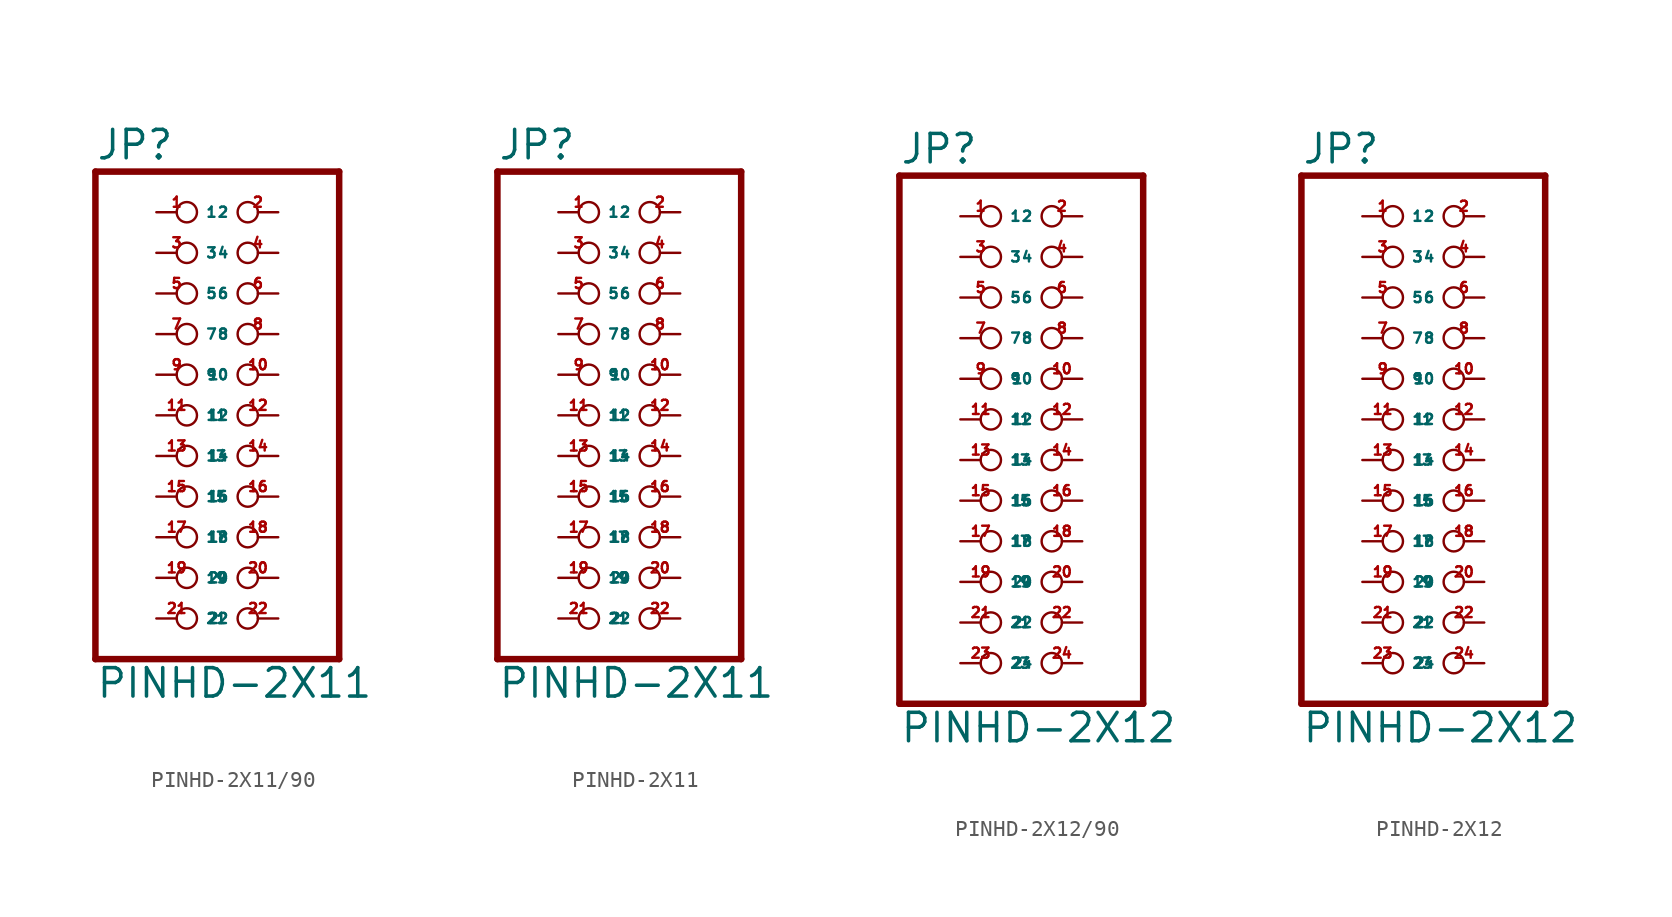
<source format=kicad_sym>
(kicad_symbol_lib
  (version 20220914)
  (generator Eagle2Kicad)
  (symbol "PINHD-2X11/90"
    (property "Reference" "JP"
      (at -6.35 15.875 0)
      (effects (font (size 1.778 1.778) (thickness 0.22)) (justify left bottom)))
    (property "Value" "PINHD-2X11"
      (at -6.35 -17.78 0)
      (effects (font (size 1.778 1.778) (thickness 0.22)) (justify left bottom)))
    (polyline
      (pts (xy -6.35 -15.24) (xy 8.89 -15.24))
      (stroke (width 0.406) (type default))
      (fill (type none)))
    (polyline
      (pts (xy 8.89 -15.24) (xy 8.89 15.24))
      (stroke (width 0.406) (type default))
      (fill (type none)))
    (polyline
      (pts (xy 8.89 15.24) (xy -6.35 15.24))
      (stroke (width 0.406) (type default))
      (fill (type none)))
    (polyline
      (pts (xy -6.35 15.24) (xy -6.35 -15.24))
      (stroke (width 0.406) (type default))
      (fill (type none)))
    (pin passive inverted
      (at -2.54 12.7 0)
      (length 2.54)
      (name "1" (effects (font (size 0.635 0.635) (thickness 0.08)) (justify left bottom)))
      (number "1" (effects (font (size 0.635 0.635) (thickness 0.08)) (justify left bottom))))
    (pin passive inverted
      (at 5.08 12.7 180)
      (length 2.54)
      (name "2" (effects (font (size 0.635 0.635) (thickness 0.08)) (justify left bottom)))
      (number "2" (effects (font (size 0.635 0.635) (thickness 0.08)) (justify left bottom))))
    (pin passive inverted
      (at -2.54 10.16 0)
      (length 2.54)
      (name "3" (effects (font (size 0.635 0.635) (thickness 0.08)) (justify left bottom)))
      (number "3" (effects (font (size 0.635 0.635) (thickness 0.08)) (justify left bottom))))
    (pin passive inverted
      (at 5.08 10.16 180)
      (length 2.54)
      (name "4" (effects (font (size 0.635 0.635) (thickness 0.08)) (justify left bottom)))
      (number "4" (effects (font (size 0.635 0.635) (thickness 0.08)) (justify left bottom))))
    (pin passive inverted
      (at -2.54 7.62 0)
      (length 2.54)
      (name "5" (effects (font (size 0.635 0.635) (thickness 0.08)) (justify left bottom)))
      (number "5" (effects (font (size 0.635 0.635) (thickness 0.08)) (justify left bottom))))
    (pin passive inverted
      (at 5.08 7.62 180)
      (length 2.54)
      (name "6" (effects (font (size 0.635 0.635) (thickness 0.08)) (justify left bottom)))
      (number "6" (effects (font (size 0.635 0.635) (thickness 0.08)) (justify left bottom))))
    (pin passive inverted
      (at -2.54 5.08 0)
      (length 2.54)
      (name "7" (effects (font (size 0.635 0.635) (thickness 0.08)) (justify left bottom)))
      (number "7" (effects (font (size 0.635 0.635) (thickness 0.08)) (justify left bottom))))
    (pin passive inverted
      (at 5.08 5.08 180)
      (length 2.54)
      (name "8" (effects (font (size 0.635 0.635) (thickness 0.08)) (justify left bottom)))
      (number "8" (effects (font (size 0.635 0.635) (thickness 0.08)) (justify left bottom))))
    (pin passive inverted
      (at -2.54 2.54 0)
      (length 2.54)
      (name "9" (effects (font (size 0.635 0.635) (thickness 0.08)) (justify left bottom)))
      (number "9" (effects (font (size 0.635 0.635) (thickness 0.08)) (justify left bottom))))
    (pin passive inverted
      (at 5.08 2.54 180)
      (length 2.54)
      (name "10" (effects (font (size 0.635 0.635) (thickness 0.08)) (justify left bottom)))
      (number "10" (effects (font (size 0.635 0.635) (thickness 0.08)) (justify left bottom))))
    (pin passive inverted
      (at -2.54 0 0)
      (length 2.54)
      (name "11" (effects (font (size 0.635 0.635) (thickness 0.08)) (justify left bottom)))
      (number "11" (effects (font (size 0.635 0.635) (thickness 0.08)) (justify left bottom))))
    (pin passive inverted
      (at 5.08 0 180)
      (length 2.54)
      (name "12" (effects (font (size 0.635 0.635) (thickness 0.08)) (justify left bottom)))
      (number "12" (effects (font (size 0.635 0.635) (thickness 0.08)) (justify left bottom))))
    (pin passive inverted
      (at -2.54 -2.54 0)
      (length 2.54)
      (name "13" (effects (font (size 0.635 0.635) (thickness 0.08)) (justify left bottom)))
      (number "13" (effects (font (size 0.635 0.635) (thickness 0.08)) (justify left bottom))))
    (pin passive inverted
      (at 5.08 -2.54 180)
      (length 2.54)
      (name "14" (effects (font (size 0.635 0.635) (thickness 0.08)) (justify left bottom)))
      (number "14" (effects (font (size 0.635 0.635) (thickness 0.08)) (justify left bottom))))
    (pin passive inverted
      (at -2.54 -5.08 0)
      (length 2.54)
      (name "15" (effects (font (size 0.635 0.635) (thickness 0.08)) (justify left bottom)))
      (number "15" (effects (font (size 0.635 0.635) (thickness 0.08)) (justify left bottom))))
    (pin passive inverted
      (at 5.08 -5.08 180)
      (length 2.54)
      (name "16" (effects (font (size 0.635 0.635) (thickness 0.08)) (justify left bottom)))
      (number "16" (effects (font (size 0.635 0.635) (thickness 0.08)) (justify left bottom))))
    (pin passive inverted
      (at -2.54 -7.62 0)
      (length 2.54)
      (name "17" (effects (font (size 0.635 0.635) (thickness 0.08)) (justify left bottom)))
      (number "17" (effects (font (size 0.635 0.635) (thickness 0.08)) (justify left bottom))))
    (pin passive inverted
      (at 5.08 -7.62 180)
      (length 2.54)
      (name "18" (effects (font (size 0.635 0.635) (thickness 0.08)) (justify left bottom)))
      (number "18" (effects (font (size 0.635 0.635) (thickness 0.08)) (justify left bottom))))
    (pin passive inverted
      (at -2.54 -10.16 0)
      (length 2.54)
      (name "19" (effects (font (size 0.635 0.635) (thickness 0.08)) (justify left bottom)))
      (number "19" (effects (font (size 0.635 0.635) (thickness 0.08)) (justify left bottom))))
    (pin passive inverted
      (at 5.08 -10.16 180)
      (length 2.54)
      (name "20" (effects (font (size 0.635 0.635) (thickness 0.08)) (justify left bottom)))
      (number "20" (effects (font (size 0.635 0.635) (thickness 0.08)) (justify left bottom))))
    (pin passive inverted
      (at -2.54 -12.7 0)
      (length 2.54)
      (name "21" (effects (font (size 0.635 0.635) (thickness 0.08)) (justify left bottom)))
      (number "21" (effects (font (size 0.635 0.635) (thickness 0.08)) (justify left bottom))))
    (pin passive inverted
      (at 5.08 -12.7 180)
      (length 2.54)
      (name "22" (effects (font (size 0.635 0.635) (thickness 0.08)) (justify left bottom)))
      (number "22" (effects (font (size 0.635 0.635) (thickness 0.08)) (justify left bottom)))))
  (symbol "PINHD-2X11"
    (property "Reference" "JP"
      (at -6.35 15.875 0)
      (effects (font (size 1.778 1.778) (thickness 0.22)) (justify left bottom)))
    (property "Value" "PINHD-2X11"
      (at -6.35 -17.78 0)
      (effects (font (size 1.778 1.778) (thickness 0.22)) (justify left bottom)))
    (polyline
      (pts (xy -6.35 -15.24) (xy 8.89 -15.24))
      (stroke (width 0.406) (type default))
      (fill (type none)))
    (polyline
      (pts (xy 8.89 -15.24) (xy 8.89 15.24))
      (stroke (width 0.406) (type default))
      (fill (type none)))
    (polyline
      (pts (xy 8.89 15.24) (xy -6.35 15.24))
      (stroke (width 0.406) (type default))
      (fill (type none)))
    (polyline
      (pts (xy -6.35 15.24) (xy -6.35 -15.24))
      (stroke (width 0.406) (type default))
      (fill (type none)))
    (pin passive inverted
      (at -2.54 12.7 0)
      (length 2.54)
      (name "1" (effects (font (size 0.635 0.635) (thickness 0.08)) (justify left bottom)))
      (number "1" (effects (font (size 0.635 0.635) (thickness 0.08)) (justify left bottom))))
    (pin passive inverted
      (at 5.08 12.7 180)
      (length 2.54)
      (name "2" (effects (font (size 0.635 0.635) (thickness 0.08)) (justify left bottom)))
      (number "2" (effects (font (size 0.635 0.635) (thickness 0.08)) (justify left bottom))))
    (pin passive inverted
      (at -2.54 10.16 0)
      (length 2.54)
      (name "3" (effects (font (size 0.635 0.635) (thickness 0.08)) (justify left bottom)))
      (number "3" (effects (font (size 0.635 0.635) (thickness 0.08)) (justify left bottom))))
    (pin passive inverted
      (at 5.08 10.16 180)
      (length 2.54)
      (name "4" (effects (font (size 0.635 0.635) (thickness 0.08)) (justify left bottom)))
      (number "4" (effects (font (size 0.635 0.635) (thickness 0.08)) (justify left bottom))))
    (pin passive inverted
      (at -2.54 7.62 0)
      (length 2.54)
      (name "5" (effects (font (size 0.635 0.635) (thickness 0.08)) (justify left bottom)))
      (number "5" (effects (font (size 0.635 0.635) (thickness 0.08)) (justify left bottom))))
    (pin passive inverted
      (at 5.08 7.62 180)
      (length 2.54)
      (name "6" (effects (font (size 0.635 0.635) (thickness 0.08)) (justify left bottom)))
      (number "6" (effects (font (size 0.635 0.635) (thickness 0.08)) (justify left bottom))))
    (pin passive inverted
      (at -2.54 5.08 0)
      (length 2.54)
      (name "7" (effects (font (size 0.635 0.635) (thickness 0.08)) (justify left bottom)))
      (number "7" (effects (font (size 0.635 0.635) (thickness 0.08)) (justify left bottom))))
    (pin passive inverted
      (at 5.08 5.08 180)
      (length 2.54)
      (name "8" (effects (font (size 0.635 0.635) (thickness 0.08)) (justify left bottom)))
      (number "8" (effects (font (size 0.635 0.635) (thickness 0.08)) (justify left bottom))))
    (pin passive inverted
      (at -2.54 2.54 0)
      (length 2.54)
      (name "9" (effects (font (size 0.635 0.635) (thickness 0.08)) (justify left bottom)))
      (number "9" (effects (font (size 0.635 0.635) (thickness 0.08)) (justify left bottom))))
    (pin passive inverted
      (at 5.08 2.54 180)
      (length 2.54)
      (name "10" (effects (font (size 0.635 0.635) (thickness 0.08)) (justify left bottom)))
      (number "10" (effects (font (size 0.635 0.635) (thickness 0.08)) (justify left bottom))))
    (pin passive inverted
      (at -2.54 0 0)
      (length 2.54)
      (name "11" (effects (font (size 0.635 0.635) (thickness 0.08)) (justify left bottom)))
      (number "11" (effects (font (size 0.635 0.635) (thickness 0.08)) (justify left bottom))))
    (pin passive inverted
      (at 5.08 0 180)
      (length 2.54)
      (name "12" (effects (font (size 0.635 0.635) (thickness 0.08)) (justify left bottom)))
      (number "12" (effects (font (size 0.635 0.635) (thickness 0.08)) (justify left bottom))))
    (pin passive inverted
      (at -2.54 -2.54 0)
      (length 2.54)
      (name "13" (effects (font (size 0.635 0.635) (thickness 0.08)) (justify left bottom)))
      (number "13" (effects (font (size 0.635 0.635) (thickness 0.08)) (justify left bottom))))
    (pin passive inverted
      (at 5.08 -2.54 180)
      (length 2.54)
      (name "14" (effects (font (size 0.635 0.635) (thickness 0.08)) (justify left bottom)))
      (number "14" (effects (font (size 0.635 0.635) (thickness 0.08)) (justify left bottom))))
    (pin passive inverted
      (at -2.54 -5.08 0)
      (length 2.54)
      (name "15" (effects (font (size 0.635 0.635) (thickness 0.08)) (justify left bottom)))
      (number "15" (effects (font (size 0.635 0.635) (thickness 0.08)) (justify left bottom))))
    (pin passive inverted
      (at 5.08 -5.08 180)
      (length 2.54)
      (name "16" (effects (font (size 0.635 0.635) (thickness 0.08)) (justify left bottom)))
      (number "16" (effects (font (size 0.635 0.635) (thickness 0.08)) (justify left bottom))))
    (pin passive inverted
      (at -2.54 -7.62 0)
      (length 2.54)
      (name "17" (effects (font (size 0.635 0.635) (thickness 0.08)) (justify left bottom)))
      (number "17" (effects (font (size 0.635 0.635) (thickness 0.08)) (justify left bottom))))
    (pin passive inverted
      (at 5.08 -7.62 180)
      (length 2.54)
      (name "18" (effects (font (size 0.635 0.635) (thickness 0.08)) (justify left bottom)))
      (number "18" (effects (font (size 0.635 0.635) (thickness 0.08)) (justify left bottom))))
    (pin passive inverted
      (at -2.54 -10.16 0)
      (length 2.54)
      (name "19" (effects (font (size 0.635 0.635) (thickness 0.08)) (justify left bottom)))
      (number "19" (effects (font (size 0.635 0.635) (thickness 0.08)) (justify left bottom))))
    (pin passive inverted
      (at 5.08 -10.16 180)
      (length 2.54)
      (name "20" (effects (font (size 0.635 0.635) (thickness 0.08)) (justify left bottom)))
      (number "20" (effects (font (size 0.635 0.635) (thickness 0.08)) (justify left bottom))))
    (pin passive inverted
      (at -2.54 -12.7 0)
      (length 2.54)
      (name "21" (effects (font (size 0.635 0.635) (thickness 0.08)) (justify left bottom)))
      (number "21" (effects (font (size 0.635 0.635) (thickness 0.08)) (justify left bottom))))
    (pin passive inverted
      (at 5.08 -12.7 180)
      (length 2.54)
      (name "22" (effects (font (size 0.635 0.635) (thickness 0.08)) (justify left bottom)))
      (number "22" (effects (font (size 0.635 0.635) (thickness 0.08)) (justify left bottom)))))
  (symbol "PINHD-2X12/90"
    (property "Reference" "JP"
      (at -6.35 15.875 0)
      (effects (font (size 1.778 1.778) (thickness 0.22)) (justify left bottom)))
    (property "Value" "PINHD-2X12"
      (at -6.35 -20.32 0)
      (effects (font (size 1.778 1.778) (thickness 0.22)) (justify left bottom)))
    (polyline
      (pts (xy -6.35 -17.78) (xy 8.89 -17.78))
      (stroke (width 0.406) (type default))
      (fill (type none)))
    (polyline
      (pts (xy 8.89 -17.78) (xy 8.89 15.24))
      (stroke (width 0.406) (type default))
      (fill (type none)))
    (polyline
      (pts (xy 8.89 15.24) (xy -6.35 15.24))
      (stroke (width 0.406) (type default))
      (fill (type none)))
    (polyline
      (pts (xy -6.35 15.24) (xy -6.35 -17.78))
      (stroke (width 0.406) (type default))
      (fill (type none)))
    (pin passive inverted
      (at -2.54 12.7 0)
      (length 2.54)
      (name "1" (effects (font (size 0.635 0.635) (thickness 0.08)) (justify left bottom)))
      (number "1" (effects (font (size 0.635 0.635) (thickness 0.08)) (justify left bottom))))
    (pin passive inverted
      (at 5.08 12.7 180)
      (length 2.54)
      (name "2" (effects (font (size 0.635 0.635) (thickness 0.08)) (justify left bottom)))
      (number "2" (effects (font (size 0.635 0.635) (thickness 0.08)) (justify left bottom))))
    (pin passive inverted
      (at -2.54 10.16 0)
      (length 2.54)
      (name "3" (effects (font (size 0.635 0.635) (thickness 0.08)) (justify left bottom)))
      (number "3" (effects (font (size 0.635 0.635) (thickness 0.08)) (justify left bottom))))
    (pin passive inverted
      (at 5.08 10.16 180)
      (length 2.54)
      (name "4" (effects (font (size 0.635 0.635) (thickness 0.08)) (justify left bottom)))
      (number "4" (effects (font (size 0.635 0.635) (thickness 0.08)) (justify left bottom))))
    (pin passive inverted
      (at -2.54 7.62 0)
      (length 2.54)
      (name "5" (effects (font (size 0.635 0.635) (thickness 0.08)) (justify left bottom)))
      (number "5" (effects (font (size 0.635 0.635) (thickness 0.08)) (justify left bottom))))
    (pin passive inverted
      (at 5.08 7.62 180)
      (length 2.54)
      (name "6" (effects (font (size 0.635 0.635) (thickness 0.08)) (justify left bottom)))
      (number "6" (effects (font (size 0.635 0.635) (thickness 0.08)) (justify left bottom))))
    (pin passive inverted
      (at -2.54 5.08 0)
      (length 2.54)
      (name "7" (effects (font (size 0.635 0.635) (thickness 0.08)) (justify left bottom)))
      (number "7" (effects (font (size 0.635 0.635) (thickness 0.08)) (justify left bottom))))
    (pin passive inverted
      (at 5.08 5.08 180)
      (length 2.54)
      (name "8" (effects (font (size 0.635 0.635) (thickness 0.08)) (justify left bottom)))
      (number "8" (effects (font (size 0.635 0.635) (thickness 0.08)) (justify left bottom))))
    (pin passive inverted
      (at -2.54 2.54 0)
      (length 2.54)
      (name "9" (effects (font (size 0.635 0.635) (thickness 0.08)) (justify left bottom)))
      (number "9" (effects (font (size 0.635 0.635) (thickness 0.08)) (justify left bottom))))
    (pin passive inverted
      (at 5.08 2.54 180)
      (length 2.54)
      (name "10" (effects (font (size 0.635 0.635) (thickness 0.08)) (justify left bottom)))
      (number "10" (effects (font (size 0.635 0.635) (thickness 0.08)) (justify left bottom))))
    (pin passive inverted
      (at -2.54 0 0)
      (length 2.54)
      (name "11" (effects (font (size 0.635 0.635) (thickness 0.08)) (justify left bottom)))
      (number "11" (effects (font (size 0.635 0.635) (thickness 0.08)) (justify left bottom))))
    (pin passive inverted
      (at 5.08 0 180)
      (length 2.54)
      (name "12" (effects (font (size 0.635 0.635) (thickness 0.08)) (justify left bottom)))
      (number "12" (effects (font (size 0.635 0.635) (thickness 0.08)) (justify left bottom))))
    (pin passive inverted
      (at -2.54 -2.54 0)
      (length 2.54)
      (name "13" (effects (font (size 0.635 0.635) (thickness 0.08)) (justify left bottom)))
      (number "13" (effects (font (size 0.635 0.635) (thickness 0.08)) (justify left bottom))))
    (pin passive inverted
      (at 5.08 -2.54 180)
      (length 2.54)
      (name "14" (effects (font (size 0.635 0.635) (thickness 0.08)) (justify left bottom)))
      (number "14" (effects (font (size 0.635 0.635) (thickness 0.08)) (justify left bottom))))
    (pin passive inverted
      (at -2.54 -5.08 0)
      (length 2.54)
      (name "15" (effects (font (size 0.635 0.635) (thickness 0.08)) (justify left bottom)))
      (number "15" (effects (font (size 0.635 0.635) (thickness 0.08)) (justify left bottom))))
    (pin passive inverted
      (at 5.08 -5.08 180)
      (length 2.54)
      (name "16" (effects (font (size 0.635 0.635) (thickness 0.08)) (justify left bottom)))
      (number "16" (effects (font (size 0.635 0.635) (thickness 0.08)) (justify left bottom))))
    (pin passive inverted
      (at -2.54 -7.62 0)
      (length 2.54)
      (name "17" (effects (font (size 0.635 0.635) (thickness 0.08)) (justify left bottom)))
      (number "17" (effects (font (size 0.635 0.635) (thickness 0.08)) (justify left bottom))))
    (pin passive inverted
      (at 5.08 -7.62 180)
      (length 2.54)
      (name "18" (effects (font (size 0.635 0.635) (thickness 0.08)) (justify left bottom)))
      (number "18" (effects (font (size 0.635 0.635) (thickness 0.08)) (justify left bottom))))
    (pin passive inverted
      (at -2.54 -10.16 0)
      (length 2.54)
      (name "19" (effects (font (size 0.635 0.635) (thickness 0.08)) (justify left bottom)))
      (number "19" (effects (font (size 0.635 0.635) (thickness 0.08)) (justify left bottom))))
    (pin passive inverted
      (at 5.08 -10.16 180)
      (length 2.54)
      (name "20" (effects (font (size 0.635 0.635) (thickness 0.08)) (justify left bottom)))
      (number "20" (effects (font (size 0.635 0.635) (thickness 0.08)) (justify left bottom))))
    (pin passive inverted
      (at -2.54 -12.7 0)
      (length 2.54)
      (name "21" (effects (font (size 0.635 0.635) (thickness 0.08)) (justify left bottom)))
      (number "21" (effects (font (size 0.635 0.635) (thickness 0.08)) (justify left bottom))))
    (pin passive inverted
      (at 5.08 -12.7 180)
      (length 2.54)
      (name "22" (effects (font (size 0.635 0.635) (thickness 0.08)) (justify left bottom)))
      (number "22" (effects (font (size 0.635 0.635) (thickness 0.08)) (justify left bottom))))
    (pin passive inverted
      (at -2.54 -15.24 0)
      (length 2.54)
      (name "23" (effects (font (size 0.635 0.635) (thickness 0.08)) (justify left bottom)))
      (number "23" (effects (font (size 0.635 0.635) (thickness 0.08)) (justify left bottom))))
    (pin passive inverted
      (at 5.08 -15.24 180)
      (length 2.54)
      (name "24" (effects (font (size 0.635 0.635) (thickness 0.08)) (justify left bottom)))
      (number "24" (effects (font (size 0.635 0.635) (thickness 0.08)) (justify left bottom)))))
  (symbol "PINHD-2X12"
    (property "Reference" "JP"
      (at -6.35 15.875 0)
      (effects (font (size 1.778 1.778) (thickness 0.22)) (justify left bottom)))
    (property "Value" "PINHD-2X12"
      (at -6.35 -20.32 0)
      (effects (font (size 1.778 1.778) (thickness 0.22)) (justify left bottom)))
    (polyline
      (pts (xy -6.35 -17.78) (xy 8.89 -17.78))
      (stroke (width 0.406) (type default))
      (fill (type none)))
    (polyline
      (pts (xy 8.89 -17.78) (xy 8.89 15.24))
      (stroke (width 0.406) (type default))
      (fill (type none)))
    (polyline
      (pts (xy 8.89 15.24) (xy -6.35 15.24))
      (stroke (width 0.406) (type default))
      (fill (type none)))
    (polyline
      (pts (xy -6.35 15.24) (xy -6.35 -17.78))
      (stroke (width 0.406) (type default))
      (fill (type none)))
    (pin passive inverted
      (at -2.54 12.7 0)
      (length 2.54)
      (name "1" (effects (font (size 0.635 0.635) (thickness 0.08)) (justify left bottom)))
      (number "1" (effects (font (size 0.635 0.635) (thickness 0.08)) (justify left bottom))))
    (pin passive inverted
      (at 5.08 12.7 180)
      (length 2.54)
      (name "2" (effects (font (size 0.635 0.635) (thickness 0.08)) (justify left bottom)))
      (number "2" (effects (font (size 0.635 0.635) (thickness 0.08)) (justify left bottom))))
    (pin passive inverted
      (at -2.54 10.16 0)
      (length 2.54)
      (name "3" (effects (font (size 0.635 0.635) (thickness 0.08)) (justify left bottom)))
      (number "3" (effects (font (size 0.635 0.635) (thickness 0.08)) (justify left bottom))))
    (pin passive inverted
      (at 5.08 10.16 180)
      (length 2.54)
      (name "4" (effects (font (size 0.635 0.635) (thickness 0.08)) (justify left bottom)))
      (number "4" (effects (font (size 0.635 0.635) (thickness 0.08)) (justify left bottom))))
    (pin passive inverted
      (at -2.54 7.62 0)
      (length 2.54)
      (name "5" (effects (font (size 0.635 0.635) (thickness 0.08)) (justify left bottom)))
      (number "5" (effects (font (size 0.635 0.635) (thickness 0.08)) (justify left bottom))))
    (pin passive inverted
      (at 5.08 7.62 180)
      (length 2.54)
      (name "6" (effects (font (size 0.635 0.635) (thickness 0.08)) (justify left bottom)))
      (number "6" (effects (font (size 0.635 0.635) (thickness 0.08)) (justify left bottom))))
    (pin passive inverted
      (at -2.54 5.08 0)
      (length 2.54)
      (name "7" (effects (font (size 0.635 0.635) (thickness 0.08)) (justify left bottom)))
      (number "7" (effects (font (size 0.635 0.635) (thickness 0.08)) (justify left bottom))))
    (pin passive inverted
      (at 5.08 5.08 180)
      (length 2.54)
      (name "8" (effects (font (size 0.635 0.635) (thickness 0.08)) (justify left bottom)))
      (number "8" (effects (font (size 0.635 0.635) (thickness 0.08)) (justify left bottom))))
    (pin passive inverted
      (at -2.54 2.54 0)
      (length 2.54)
      (name "9" (effects (font (size 0.635 0.635) (thickness 0.08)) (justify left bottom)))
      (number "9" (effects (font (size 0.635 0.635) (thickness 0.08)) (justify left bottom))))
    (pin passive inverted
      (at 5.08 2.54 180)
      (length 2.54)
      (name "10" (effects (font (size 0.635 0.635) (thickness 0.08)) (justify left bottom)))
      (number "10" (effects (font (size 0.635 0.635) (thickness 0.08)) (justify left bottom))))
    (pin passive inverted
      (at -2.54 0 0)
      (length 2.54)
      (name "11" (effects (font (size 0.635 0.635) (thickness 0.08)) (justify left bottom)))
      (number "11" (effects (font (size 0.635 0.635) (thickness 0.08)) (justify left bottom))))
    (pin passive inverted
      (at 5.08 0 180)
      (length 2.54)
      (name "12" (effects (font (size 0.635 0.635) (thickness 0.08)) (justify left bottom)))
      (number "12" (effects (font (size 0.635 0.635) (thickness 0.08)) (justify left bottom))))
    (pin passive inverted
      (at -2.54 -2.54 0)
      (length 2.54)
      (name "13" (effects (font (size 0.635 0.635) (thickness 0.08)) (justify left bottom)))
      (number "13" (effects (font (size 0.635 0.635) (thickness 0.08)) (justify left bottom))))
    (pin passive inverted
      (at 5.08 -2.54 180)
      (length 2.54)
      (name "14" (effects (font (size 0.635 0.635) (thickness 0.08)) (justify left bottom)))
      (number "14" (effects (font (size 0.635 0.635) (thickness 0.08)) (justify left bottom))))
    (pin passive inverted
      (at -2.54 -5.08 0)
      (length 2.54)
      (name "15" (effects (font (size 0.635 0.635) (thickness 0.08)) (justify left bottom)))
      (number "15" (effects (font (size 0.635 0.635) (thickness 0.08)) (justify left bottom))))
    (pin passive inverted
      (at 5.08 -5.08 180)
      (length 2.54)
      (name "16" (effects (font (size 0.635 0.635) (thickness 0.08)) (justify left bottom)))
      (number "16" (effects (font (size 0.635 0.635) (thickness 0.08)) (justify left bottom))))
    (pin passive inverted
      (at -2.54 -7.62 0)
      (length 2.54)
      (name "17" (effects (font (size 0.635 0.635) (thickness 0.08)) (justify left bottom)))
      (number "17" (effects (font (size 0.635 0.635) (thickness 0.08)) (justify left bottom))))
    (pin passive inverted
      (at 5.08 -7.62 180)
      (length 2.54)
      (name "18" (effects (font (size 0.635 0.635) (thickness 0.08)) (justify left bottom)))
      (number "18" (effects (font (size 0.635 0.635) (thickness 0.08)) (justify left bottom))))
    (pin passive inverted
      (at -2.54 -10.16 0)
      (length 2.54)
      (name "19" (effects (font (size 0.635 0.635) (thickness 0.08)) (justify left bottom)))
      (number "19" (effects (font (size 0.635 0.635) (thickness 0.08)) (justify left bottom))))
    (pin passive inverted
      (at 5.08 -10.16 180)
      (length 2.54)
      (name "20" (effects (font (size 0.635 0.635) (thickness 0.08)) (justify left bottom)))
      (number "20" (effects (font (size 0.635 0.635) (thickness 0.08)) (justify left bottom))))
    (pin passive inverted
      (at -2.54 -12.7 0)
      (length 2.54)
      (name "21" (effects (font (size 0.635 0.635) (thickness 0.08)) (justify left bottom)))
      (number "21" (effects (font (size 0.635 0.635) (thickness 0.08)) (justify left bottom))))
    (pin passive inverted
      (at 5.08 -12.7 180)
      (length 2.54)
      (name "22" (effects (font (size 0.635 0.635) (thickness 0.08)) (justify left bottom)))
      (number "22" (effects (font (size 0.635 0.635) (thickness 0.08)) (justify left bottom))))
    (pin passive inverted
      (at -2.54 -15.24 0)
      (length 2.54)
      (name "23" (effects (font (size 0.635 0.635) (thickness 0.08)) (justify left bottom)))
      (number "23" (effects (font (size 0.635 0.635) (thickness 0.08)) (justify left bottom))))
    (pin passive inverted
      (at 5.08 -15.24 180)
      (length 2.54)
      (name "24" (effects (font (size 0.635 0.635) (thickness 0.08)) (justify left bottom)))
      (number "24" (effects (font (size 0.635 0.635) (thickness 0.08)) (justify left bottom))))))
</source>
